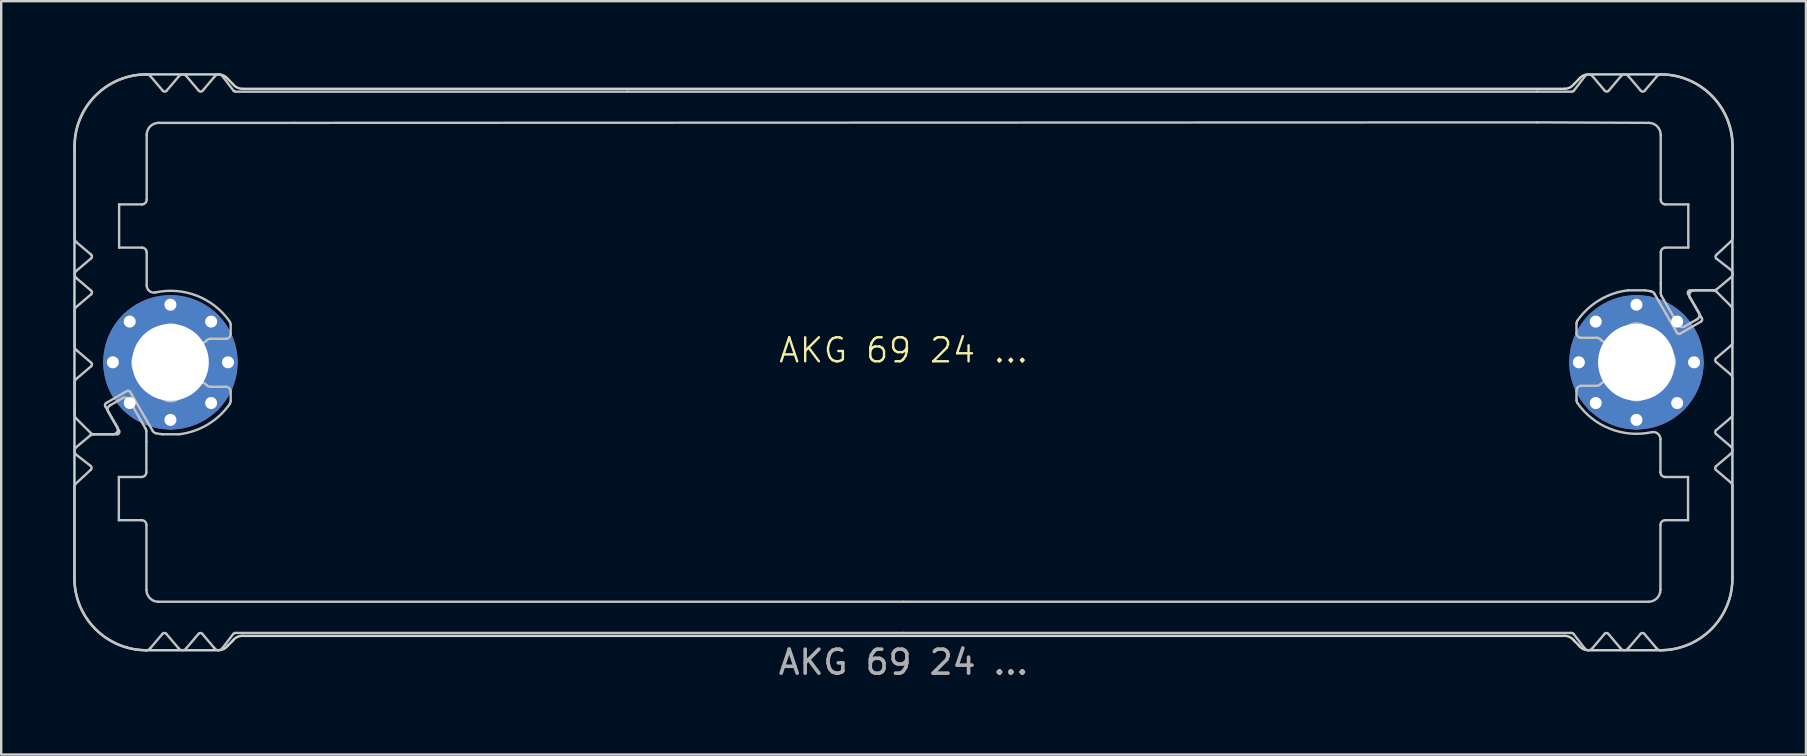
<source format=kicad_pcb>
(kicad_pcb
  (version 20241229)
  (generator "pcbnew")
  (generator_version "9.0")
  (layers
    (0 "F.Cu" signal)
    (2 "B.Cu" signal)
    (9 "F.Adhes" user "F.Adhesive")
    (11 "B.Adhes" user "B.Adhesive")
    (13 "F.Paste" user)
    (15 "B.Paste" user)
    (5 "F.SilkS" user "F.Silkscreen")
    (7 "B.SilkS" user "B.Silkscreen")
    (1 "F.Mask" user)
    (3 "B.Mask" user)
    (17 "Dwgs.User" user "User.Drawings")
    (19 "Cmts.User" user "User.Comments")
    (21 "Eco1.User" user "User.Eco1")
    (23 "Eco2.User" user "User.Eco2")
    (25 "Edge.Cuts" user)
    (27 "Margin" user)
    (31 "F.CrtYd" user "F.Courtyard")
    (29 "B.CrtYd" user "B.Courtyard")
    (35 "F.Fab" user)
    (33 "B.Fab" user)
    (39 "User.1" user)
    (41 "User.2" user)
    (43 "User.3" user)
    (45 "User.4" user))
  (footprint "AKG 69 24 ..."
    (layer "F.Cu")
    (at 34.603 12.05)
    (property "Reference" "AKG 69 24 ..." (at 0 -0.5 0) (unlocked yes) (layer "F.SilkS") (effects (font (size 1 1) (thickness 0.1))))
    (attr exclude_from_pos_files dnp)
    (fp_rect (start -27.096 -11.3) (end 26.604 -10) (stroke (width 0.1) (type solid)) (fill yes) (layer "B.Mask"))
    (fp_rect (start -26.596 10) (end 25.604 11.3) (stroke (width 0.1) (type solid)) (fill yes) (layer "B.Mask"))
    (fp_poly (pts (xy -27.896 -11.3) (xy -26.996 -11.3) (xy -26.996 -10) (xy -31.496 -10) (xy -31.496 -12) (xy -30.796 -11.2) (xy -30.046 -12) (xy -29.296 -11.2) (xy -28.546 -12)) (stroke (width 0.1) (type solid)) (fill yes) (layer "B.Mask"))
    (fp_poly (pts (xy -27.896 11.3) (xy -26.496 11.3) (xy -26.496 10) (xy -31.496 10) (xy -31.496 12) (xy -30.796 11.2) (xy -30.046 12) (xy -29.296 11.2) (xy -28.546 12)) (stroke (width 0.1) (type solid)) (fill yes) (layer "B.Mask"))
    (fp_poly (pts (xy 27.904 -11.3) (xy 26.504 -11.3) (xy 26.504 -10) (xy 31.504 -10) (xy 31.504 -12) (xy 30.804 -11.2) (xy 30.054 -12) (xy 29.304 -11.2) (xy 28.554 -12)) (stroke (width 0.1) (type solid)) (fill yes) (layer "B.Mask"))
    (fp_poly (pts (xy 27.904 11.3) (xy 25.504 11.3) (xy 25.504 10) (xy 31.504 10) (xy 31.504 12) (xy 30.804 11.2) (xy 30.054 12) (xy 29.304 11.2) (xy 28.554 12)) (stroke (width 0.1) (type solid)) (fill yes) (layer "B.Mask"))
    (fp_poly (pts (xy -31.596 -6.7) (xy -32.696 -6.7) (xy -32.696 -4.7) (xy -31.596 -4.7) (xy -31.596 0.1) (xy -33.696 0.1) (xy -34.496 -0.6) (xy -34.496 -2.2) (xy -33.596 -2.9) (xy -34.496 -3.7) (xy -33.696 -4.4) (xy -34.496 -5.1) (xy -34.496 -12) (xy -31.596 -12)) (stroke (width 0.1) (type solid)) (fill yes) (layer "B.Mask"))
    (fp_poly (pts (xy -31.596 6.7) (xy -32.696 6.7) (xy -32.696 4.7) (xy -31.596 4.7) (xy -31.596 0.1) (xy -33.696 0.1) (xy -34.496 0.8) (xy -34.496 2.2) (xy -33.696 3) (xy -34.496 3.7) (xy -33.696 4.4) (xy -34.496 5.1) (xy -34.496 12) (xy -31.596 12)) (stroke (width 0.1) (type solid)) (fill yes) (layer "B.Mask"))
    (fp_poly (pts (xy 31.604 -6.7) (xy 32.704 -6.7) (xy 32.704 -4.7) (xy 31.604 -4.7) (xy 31.604 -0.1) (xy 33.704 -0.1) (xy 34.504 -0.8) (xy 34.504 -2.2) (xy 33.704 -3) (xy 34.504 -3.7) (xy 33.704 -4.4) (xy 34.504 -5.1) (xy 34.504 -12) (xy 31.604 -12)) (stroke (width 0.1) (type solid)) (fill yes) (layer "B.Mask"))
    (fp_poly (pts (xy 31.604 6.7) (xy 32.704 6.7) (xy 32.704 4.7) (xy 31.604 4.7) (xy 31.604 -0.1) (xy 33.704 -0.1) (xy 34.504 0.6) (xy 34.504 2.2) (xy 33.604 2.9) (xy 34.504 3.7) (xy 33.704 4.4) (xy 34.504 5.1) (xy 34.504 12) (xy 31.604 12)) (stroke (width 0.1) (type solid)) (fill yes) (layer "B.Mask"))
    (fp_line (start -34.552 9) (end -34.552 5.214) (stroke (width 0.1) (type solid)) (layer "Dwgs.User"))
    (fp_line (start -34.539 -0.66) (end -34.539 -2.16) (stroke (width 0.1) (type solid)) (layer "Dwgs.User"))
    (fp_line (start -34.539 2.197) (end -34.539 0.84) (stroke (width 0.1) (type solid)) (layer "Dwgs.User"))
    (fp_line (start -34.539 -5.171) (end -34.539 -9) (stroke (width 0.1) (type solid)) (layer "Dwgs.User"))
    (fp_line (start -34.489 5.053) (end -33.865 4.473) (stroke (width 0.1) (type solid)) (layer "Dwgs.User"))
    (fp_line (start -34.483 3.543) (end -33.889 3.046) (stroke (width 0.1) (type solid)) (layer "Dwgs.User"))
    (fp_line (start -34.469 -3.812) (end -33.855 -4.334) (stroke (width 0.1) (type solid)) (layer "Dwgs.User"))
    (fp_line (start -34.469 -2.312) (end -33.855 -2.834) (stroke (width 0.1) (type solid)) (layer "Dwgs.User"))
    (fp_line (start -34.469 0.688) (end -33.855 0.166) (stroke (width 0.1) (type solid)) (layer "Dwgs.User"))
    (fp_line (start -33.878 2.941) (end -34.481 2.339) (stroke (width 0.1) (type solid)) (layer "Dwgs.User"))
    (fp_line (start -33.872 4.321) (end -34.475 3.853) (stroke (width 0.1) (type solid)) (layer "Dwgs.User"))
    (fp_line (start -33.855 -4.486) (end -34.469 -5.008) (stroke (width 0.1) (type solid)) (layer "Dwgs.User"))
    (fp_line (start -33.855 -2.986) (end -34.469 -3.508) (stroke (width 0.1) (type solid)) (layer "Dwgs.User"))
    (fp_line (start -33.855 0.014) (end -34.469 -0.508) (stroke (width 0.1) (type solid)) (layer "Dwgs.User"))
    (fp_line (start -33.76 3) (end -32.777 3) (stroke (width 0.1) (type solid)) (layer "Dwgs.User"))
    (fp_line (start -33.266 1.834) (end -32.766 2.7) (stroke (width 0.1) (type solid)) (layer "Dwgs.User"))
    (fp_line (start -33.068 1.795) (end -32.733 1.602) (stroke (width 0.1) (type solid)) (layer "Dwgs.User"))
    (fp_line (start -32.939 3) (end -33.736 3) (stroke (width 0.1) (type solid)) (layer "Dwgs.User"))
    (fp_line (start -32.733 1.602) (end -32.549 1.495) (stroke (width 0.1) (type solid)) (layer "Dwgs.User"))
    (fp_line (start -32.7 4.78) (end -32.7 6.58) (stroke (width 0.1) (type solid)) (layer "Dwgs.User"))
    (fp_line (start -32.7 6.58) (end -31.75 6.58) (stroke (width 0.1) (type solid)) (layer "Dwgs.User"))
    (fp_line (start -32.69 2.85) (end -33.142 2.068) (stroke (width 0.1) (type solid)) (layer "Dwgs.User"))
    (fp_line (start -32.689 -6.58) (end -32.689 -4.78) (stroke (width 0.1) (type solid)) (layer "Dwgs.User"))
    (fp_line (start -32.689 -4.78) (end -31.739 -4.78) (stroke (width 0.1) (type solid)) (layer "Dwgs.User"))
    (fp_line (start -32.363 1.197) (end -33.229 1.697) (stroke (width 0.1) (type solid)) (layer "Dwgs.User"))
    (fp_line (start -32.275 1.568) (end -31.58 2.773) (stroke (width 0.1) (type solid)) (layer "Dwgs.User"))
    (fp_line (start -31.753 4.78) (end -32.7 4.78) (stroke (width 0.1) (type solid)) (layer "Dwgs.User"))
    (fp_line (start -31.739 -6.58) (end -32.689 -6.58) (stroke (width 0.1) (type solid)) (layer "Dwgs.User"))
    (fp_line (start -31.553 2.873) (end -31.553 3.3) (stroke (width 0.1) (type solid)) (layer "Dwgs.User"))
    (fp_line (start -31.553 3.305) (end -31.553 4.58) (stroke (width 0.1) (type solid)) (layer "Dwgs.User"))
    (fp_line (start -31.552 12) (end -31.552 12) (stroke (width 0.1) (type solid)) (layer "Dwgs.User"))
    (fp_line (start -31.551 12) (end -31.552 12) (stroke (width 0.1) (type solid)) (layer "Dwgs.User"))
    (fp_line (start -31.55 6.78) (end -31.55 9.48) (stroke (width 0.1) (type solid)) (layer "Dwgs.User"))
    (fp_line (start -31.539 -9.48) (end -31.539 -6.78) (stroke (width 0.1) (type solid)) (layer "Dwgs.User"))
    (fp_line (start -31.539 -4.58) (end -31.539 -3.205) (stroke (width 0.1) (type solid)) (layer "Dwgs.User"))
    (fp_line (start -31.386 -11.929) (end -30.865 -11.315) (stroke (width 0.1) (type solid)) (layer "Dwgs.User"))
    (fp_line (start -31.288 2.86) (end -32.227 1.234) (stroke (width 0.1) (type solid)) (layer "Dwgs.User"))
    (fp_line (start -31.05 9.98) (end 0 9.98) (stroke (width 0.1) (type solid)) (layer "Dwgs.User"))
    (fp_line (start -30.879 11.315) (end -31.399 11.929) (stroke (width 0.1) (type solid)) (layer "Dwgs.User"))
    (fp_line (start -30.713 -11.315) (end -30.192 -11.929) (stroke (width 0.1) (type solid)) (layer "Dwgs.User"))
    (fp_line (start -30.214 11.914) (end -30.724 11.315) (stroke (width 0.1) (type solid)) (layer "Dwgs.User"))
    (fp_line (start -30.193 3) (end -30.885 3) (stroke (width 0.1) (type solid)) (layer "Dwgs.User"))
    (fp_line (start -29.887 -11.929) (end -29.365 -11.315) (stroke (width 0.1) (type solid)) (layer "Dwgs.User"))
    (fp_line (start -29.376 11.315) (end -29.898 11.929) (stroke (width 0.1) (type solid)) (layer "Dwgs.User"))
    (fp_line (start -29.213 -11.315) (end -28.692 -11.929) (stroke (width 0.1) (type solid)) (layer "Dwgs.User"))
    (fp_line (start -28.888 1.02) (end -28.239 1.02) (stroke (width 0.1) (type solid)) (layer "Dwgs.User"))
    (fp_line (start -28.703 11.929) (end -29.224 11.315) (stroke (width 0.1) (type solid)) (layer "Dwgs.User"))
    (fp_line (start -28.38 -11.922) (end -27.919 -11.319) (stroke (width 0.1) (type solid)) (layer "Dwgs.User"))
    (fp_line (start -28.239 -0.98) (end -28.888 -0.98) (stroke (width 0.1) (type solid)) (layer "Dwgs.User"))
    (fp_line (start -28.039 -1.577) (end -28.039 -1.18) (stroke (width 0.1) (type solid)) (layer "Dwgs.User"))
    (fp_line (start -28.039 1.22) (end -28.039 1.617) (stroke (width 0.1) (type solid)) (layer "Dwgs.User"))
    (fp_line (start -27.929 11.319) (end -28.391 11.922) (stroke (width 0.1) (type solid)) (layer "Dwgs.User"))
    (fp_line (start -27.839 -11.28) (end -11.5 -11.28) (stroke (width 0.1) (type solid)) (layer "Dwgs.User"))
    (fp_line (start -25.4 -9.98) (end -31.039 -9.98) (stroke (width 0.1) (type solid)) (layer "Dwgs.User"))
    (fp_line (start -11.5 -11.28) (end 26.4 -11.28) (stroke (width 0.1) (type solid)) (layer "Dwgs.User"))
    (fp_line (start 0 9.98) (end 31.05 9.98) (stroke (width 0.1) (type solid)) (layer "Dwgs.User"))
    (fp_line (start 0 11.28) (end -27.85 11.28) (stroke (width 0.1) (type solid)) (layer "Dwgs.User"))
    (fp_line (start 0 11.28) (end 27.85 11.28) (stroke (width 0.1) (type solid)) (layer "Dwgs.User"))
    (fp_line (start 26.4 -11.28) (end 27.859 -11.28) (stroke (width 0.1) (type solid)) (layer "Dwgs.User"))
    (fp_line (start 26.4 -10) (end -25.4 -9.98) (stroke (width 0.1) (type solid)) (layer "Dwgs.User"))
    (fp_line (start 27.94 -11.319) (end 28.402 -11.922) (stroke (width 0.1) (type solid)) (layer "Dwgs.User"))
    (fp_line (start 28.05 -1.22) (end 28.05 -1.617) (stroke (width 0.1) (type solid)) (layer "Dwgs.User"))
    (fp_line (start 28.05 1.577) (end 28.05 1.18) (stroke (width 0.1) (type solid)) (layer "Dwgs.User"))
    (fp_line (start 28.25 0.98) (end 28.899 0.98) (stroke (width 0.1) (type solid)) (layer "Dwgs.User"))
    (fp_line (start 28.391 11.922) (end 27.929 11.319) (stroke (width 0.1) (type solid)) (layer "Dwgs.User"))
    (fp_line (start 28.713 -11.929) (end 29.235 -11.315) (stroke (width 0.1) (type solid)) (layer "Dwgs.User"))
    (fp_line (start 28.899 -1.02) (end 28.25 -1.02) (stroke (width 0.1) (type solid)) (layer "Dwgs.User"))
    (fp_line (start 29.224 11.315) (end 28.702 11.929) (stroke (width 0.1) (type solid)) (layer "Dwgs.User"))
    (fp_line (start 29.387 -11.315) (end 29.908 -11.929) (stroke (width 0.1) (type solid)) (layer "Dwgs.User"))
    (fp_line (start 29.897 11.929) (end 29.376 11.315) (stroke (width 0.1) (type solid)) (layer "Dwgs.User"))
    (fp_line (start 30.204 -3) (end 30.896 -3) (stroke (width 0.1) (type solid)) (layer "Dwgs.User"))
    (fp_line (start 30.225 -11.914) (end 30.735 -11.315) (stroke (width 0.1) (type solid)) (layer "Dwgs.User"))
    (fp_line (start 30.724 11.315) (end 30.202 11.929) (stroke (width 0.1) (type solid)) (layer "Dwgs.User"))
    (fp_line (start 30.89 -11.315) (end 31.41 -11.929) (stroke (width 0.1) (type solid)) (layer "Dwgs.User"))
    (fp_line (start 31.061 -9.98) (end 26.4 -10) (stroke (width 0.1) (type solid)) (layer "Dwgs.User"))
    (fp_line (start 31.299 -2.86) (end 32.238 -1.234) (stroke (width 0.1) (type solid)) (layer "Dwgs.User"))
    (fp_line (start 31.396 11.929) (end 30.876 11.315) (stroke (width 0.1) (type solid)) (layer "Dwgs.User"))
    (fp_line (start 31.55 4.58) (end 31.55 3.205) (stroke (width 0.1) (type solid)) (layer "Dwgs.User"))
    (fp_line (start 31.55 9.48) (end 31.55 6.78) (stroke (width 0.1) (type solid)) (layer "Dwgs.User"))
    (fp_line (start 31.561 -6.78) (end 31.561 -9.48) (stroke (width 0.1) (type solid)) (layer "Dwgs.User"))
    (fp_line (start 31.562 -12) (end 31.562 -12) (stroke (width 0.1) (type solid)) (layer "Dwgs.User"))
    (fp_line (start 31.562 -12) (end 31.563 -12) (stroke (width 0.1) (type solid)) (layer "Dwgs.User"))
    (fp_line (start 31.564 -3.305) (end 31.564 -4.58) (stroke (width 0.1) (type solid)) (layer "Dwgs.User"))
    (fp_line (start 31.564 -2.873) (end 31.564 -3.3) (stroke (width 0.1) (type solid)) (layer "Dwgs.User"))
    (fp_line (start 31.75 6.58) (end 32.7 6.58) (stroke (width 0.1) (type solid)) (layer "Dwgs.User"))
    (fp_line (start 31.764 -4.78) (end 32.711 -4.78) (stroke (width 0.1) (type solid)) (layer "Dwgs.User"))
    (fp_line (start 32.286 -1.568) (end 31.591 -2.773) (stroke (width 0.1) (type solid)) (layer "Dwgs.User"))
    (fp_line (start 32.374 -1.197) (end 33.24 -1.697) (stroke (width 0.1) (type solid)) (layer "Dwgs.User"))
    (fp_line (start 32.7 4.78) (end 31.75 4.78) (stroke (width 0.1) (type solid)) (layer "Dwgs.User"))
    (fp_line (start 32.7 6.58) (end 32.7 4.78) (stroke (width 0.1) (type solid)) (layer "Dwgs.User"))
    (fp_line (start 32.701 -2.85) (end 33.152 -2.068) (stroke (width 0.1) (type solid)) (layer "Dwgs.User"))
    (fp_line (start 32.711 -6.58) (end 31.761 -6.58) (stroke (width 0.1) (type solid)) (layer "Dwgs.User"))
    (fp_line (start 32.711 -4.78) (end 32.711 -6.58) (stroke (width 0.1) (type solid)) (layer "Dwgs.User"))
    (fp_line (start 32.744 -1.602) (end 32.559 -1.495) (stroke (width 0.1) (type solid)) (layer "Dwgs.User"))
    (fp_line (start 32.95 -3) (end 33.747 -3) (stroke (width 0.1) (type solid)) (layer "Dwgs.User"))
    (fp_line (start 33.079 -1.795) (end 32.744 -1.602) (stroke (width 0.1) (type solid)) (layer "Dwgs.User"))
    (fp_line (start 33.277 -1.834) (end 32.777 -2.7) (stroke (width 0.1) (type solid)) (layer "Dwgs.User"))
    (fp_line (start 33.771 -3) (end 32.788 -3) (stroke (width 0.1) (type solid)) (layer "Dwgs.User"))
    (fp_line (start 33.865 -0.014) (end 34.479 0.508) (stroke (width 0.1) (type solid)) (layer "Dwgs.User"))
    (fp_line (start 33.865 2.986) (end 34.479 3.508) (stroke (width 0.1) (type solid)) (layer "Dwgs.User"))
    (fp_line (start 33.865 4.486) (end 34.479 5.008) (stroke (width 0.1) (type solid)) (layer "Dwgs.User"))
    (fp_line (start 33.883 -4.321) (end 34.486 -3.853) (stroke (width 0.1) (type solid)) (layer "Dwgs.User"))
    (fp_line (start 33.889 -2.941) (end 34.491 -2.339) (stroke (width 0.1) (type solid)) (layer "Dwgs.User"))
    (fp_line (start 34.479 -0.688) (end 33.865 -0.166) (stroke (width 0.1) (type solid)) (layer "Dwgs.User"))
    (fp_line (start 34.479 2.312) (end 33.865 2.834) (stroke (width 0.1) (type solid)) (layer "Dwgs.User"))
    (fp_line (start 34.479 3.812) (end 33.865 4.334) (stroke (width 0.1) (type solid)) (layer "Dwgs.User"))
    (fp_line (start 34.493 -3.543) (end 33.899 -3.047) (stroke (width 0.1) (type solid)) (layer "Dwgs.User"))
    (fp_line (start 34.5 -5.053) (end 33.876 -4.473) (stroke (width 0.1) (type solid)) (layer "Dwgs.User"))
    (fp_line (start 34.55 5.171) (end 34.549 9) (stroke (width 0.1) (type solid)) (layer "Dwgs.User"))
    (fp_line (start 34.55 -2.197) (end 34.55 -0.84) (stroke (width 0.1) (type solid)) (layer "Dwgs.User"))
    (fp_line (start 34.55 0.66) (end 34.55 2.16) (stroke (width 0.1) (type solid)) (layer "Dwgs.User"))
    (fp_line (start 34.563 -9) (end 34.563 -5.215) (stroke (width 0.1) (type solid)) (layer "Dwgs.User"))
    (fp_arc (start -34.552431 5.214496) (mid -34.53921 5.126511) (end -34.489103 5.05299) (stroke (width 0.1) (type solid)) (layer "Dwgs.User"))
    (fp_arc (start -34.53919 -2.16003) (mid -34.520691 -2.24403) (end -34.468628 -2.312496) (stroke (width 0.1) (type solid)) (layer "Dwgs.User"))
    (fp_arc (start -34.53919 0.83997) (mid -34.520691 0.75597) (end -34.468628 0.687504) (stroke (width 0.1) (type solid)) (layer "Dwgs.User"))
    (fp_arc (start -34.538629 -9.00003) (mid -33.659776 -11.121528) (end -31.538132 -12.00003) (stroke (width 0.1) (type solid)) (layer "Dwgs.User"))
    (fp_arc (start -34.480611 2.338548) (mid -34.523952 2.273658) (end -34.53919 2.197127) (stroke (width 0.1) (type solid)) (layer "Dwgs.User"))
    (fp_arc (start -34.475499 3.853059) (mid -34.552937 3.699538) (end -34.482592 3.542641) (stroke (width 0.1) (type solid)) (layer "Dwgs.User"))
    (fp_arc (start -34.468628 -5.007564) (mid -34.523021 -5.081251) (end -34.538863 -5.171459) (stroke (width 0.1) (type solid)) (layer "Dwgs.User"))
    (fp_arc (start -34.468628 -3.507564) (mid -34.539188 -3.66003) (end -34.468628 -3.812496) (stroke (width 0.1) (type solid)) (layer "Dwgs.User"))
    (fp_arc (start -34.468628 -0.507564) (mid -34.520694 -0.576029) (end -34.53919 -0.66003) (stroke (width 0.1) (type solid)) (layer "Dwgs.User"))
    (fp_arc (start -33.888668 3.046481) (mid -33.828648 3.011946) (end -33.760445 2.99997) (stroke (width 0.1) (type solid)) (layer "Dwgs.User"))
    (fp_arc (start -33.871739 4.320925) (mid -33.833088 4.395508) (end -33.864937 4.473239) (stroke (width 0.1) (type solid)) (layer "Dwgs.User"))
    (fp_arc (start -33.854583 -4.486263) (mid -33.819295 -4.41003) (end -33.854583 -4.333797) (stroke (width 0.1) (type solid)) (layer "Dwgs.User"))
    (fp_arc (start -33.854583 -2.986263) (mid -33.819295 -2.91003) (end -33.854583 -2.833797) (stroke (width 0.1) (type solid)) (layer "Dwgs.User"))
    (fp_arc (start -33.854583 0.013737) (mid -33.819295 0.08997) (end -33.854583 0.166203) (stroke (width 0.1) (type solid)) (layer "Dwgs.User"))
    (fp_arc (start -33.736347 2.99997) (mid -33.812877 2.984729) (end -33.877769 2.941391) (stroke (width 0.1) (type solid)) (layer "Dwgs.User"))
    (fp_arc (start -33.265985 1.833944) (mid -33.275952 1.758068) (end -33.229382 1.697342) (stroke (width 0.1) (type solid)) (layer "Dwgs.User"))
    (fp_arc (start -33.141514 2.068343) (mid -33.161468 1.916586) (end -33.068309 1.795138) (stroke (width 0.1) (type solid)) (layer "Dwgs.User"))
    (fp_arc (start -32.765985 2.69997) (mid -32.765978 2.899974) (end -32.93919 2.99997) (stroke (width 0.1) (type solid)) (layer "Dwgs.User"))
    (fp_arc (start -32.690241 2.84997) (mid -32.690233 2.949974) (end -32.776844 2.99997) (stroke (width 0.1) (type solid)) (layer "Dwgs.User"))
    (fp_arc (start -32.548694 1.495138) (mid -32.396932 1.475166) (end -32.275489 1.568343) (stroke (width 0.1) (type solid)) (layer "Dwgs.User"))
    (fp_arc (start -32.363357 1.197342) (mid -32.287484 1.187387) (end -32.226754 1.233944) (stroke (width 0.1) (type solid)) (layer "Dwgs.User"))
    (fp_arc (start -31.750049 6.57997) (mid -31.608651 6.638572) (end -31.550049 6.77997) (stroke (width 0.1) (type solid)) (layer "Dwgs.User"))
    (fp_arc (start -31.73919 -4.78003) (mid -31.597772 -4.721448) (end -31.53919 -4.58003) (stroke (width 0.1) (type solid)) (layer "Dwgs.User"))
    (fp_arc (start -31.70419 -0.556897) (mid -31.458426 -0.899266) (end -31.116057 -1.14503) (stroke (width 0.1) (type solid)) (layer "Dwgs.User"))
    (fp_arc (start -31.70419 0.596836) (mid -32.13919 0.019969) (end -31.70419 -0.556897) (stroke (width 0.1) (type solid)) (layer "Dwgs.User"))
    (fp_arc (start -31.579787 2.773333) (mid -31.559797 2.821567) (end -31.552992 2.873333) (stroke (width 0.1) (type solid)) (layer "Dwgs.User"))
    (fp_arc (start -31.552992 4.57997) (mid -31.611565 4.721397) (end -31.752992 4.77997) (stroke (width 0.1) (type solid)) (layer "Dwgs.User"))
    (fp_arc (start -31.551935 11.99997) (mid -33.673559 11.121448) (end -34.552431 8.99997) (stroke (width 0.1) (type solid)) (layer "Dwgs.User"))
    (fp_arc (start -31.53919 -9.48003) (mid -31.392738 -9.833578) (end -31.03919 -9.98003) (stroke (width 0.1) (type solid)) (layer "Dwgs.User"))
    (fp_arc (start -31.53919 -6.78003) (mid -31.597762 -6.638602) (end -31.73919 -6.58003) (stroke (width 0.1) (type solid)) (layer "Dwgs.User"))
    (fp_arc (start -31.538132 -12.00003) (mid -31.454059 -11.98147) (end -31.385563 -11.929306) (stroke (width 0.1) (type solid)) (layer "Dwgs.User"))
    (fp_arc (start -31.399192 11.929246) (mid -31.467408 11.9813) (end -31.551161 11.999969) (stroke (width 0.1) (type solid)) (layer "Dwgs.User"))
    (fp_arc (start -31.175554 -2.911761) (mid -31.427487 -2.97138) (end -31.53919 -3.204934) (stroke (width 0.1) (type solid)) (layer "Dwgs.User"))
    (fp_arc (start -31.175554 -2.911761) (mid -29.440142 -2.771458) (end -28.074904 -1.690965) (stroke (width 0.1) (type solid)) (layer "Dwgs.User"))
    (fp_arc (start -31.155732 2.955932) (mid -31.231984 2.922143) (end -31.287834 2.860201) (stroke (width 0.1) (type solid)) (layer "Dwgs.User"))
    (fp_arc (start -31.116057 -1.14503) (mid -30.53919 -1.58003) (end -29.962323 -1.14503) (stroke (width 0.1) (type solid)) (layer "Dwgs.User"))
    (fp_arc (start -31.116057 1.18497) (mid -31.45843 0.939209) (end -31.70419 0.596836) (stroke (width 0.1) (type solid)) (layer "Dwgs.User"))
    (fp_arc (start -31.050049 9.97997) (mid -31.403577 9.833498) (end -31.550049 9.47997) (stroke (width 0.1) (type solid)) (layer "Dwgs.User"))
    (fp_arc (start -30.885022 2.99997) (mid -31.020881 2.981048) (end -31.155732 2.955932) (stroke (width 0.1) (type solid)) (layer "Dwgs.User"))
    (fp_arc (start -30.879121 11.315332) (mid -30.801541 11.278264) (end -30.723885 11.315171) (stroke (width 0.1) (type solid)) (layer "Dwgs.User"))
    (fp_arc (start -30.712951 -11.315318) (mid -30.789181 -11.280019) (end -30.865417 -11.315305) (stroke (width 0.1) (type solid)) (layer "Dwgs.User"))
    (fp_arc (start -30.191667 -11.929455) (mid -30.03919 -12.000029) (end -29.886712 -11.929455) (stroke (width 0.1) (type solid)) (layer "Dwgs.User"))
    (fp_arc (start -29.962323 -1.14503) (mid -29.780199 -1.035459) (end -29.618362 -0.897677) (stroke (width 0.1) (type solid)) (layer "Dwgs.User"))
    (fp_arc (start -29.962323 1.18497) (mid -30.53919 1.61997) (end -31.116057 1.18497) (stroke (width 0.1) (type solid)) (layer "Dwgs.User"))
    (fp_arc (start -29.897571 11.929394) (mid -30.059557 11.999707) (end -30.214131 11.914325) (stroke (width 0.1) (type solid)) (layer "Dwgs.User"))
    (fp_arc (start -29.618362 0.937617) (mid -29.780203 1.075392) (end -29.962323 1.18497) (stroke (width 0.1) (type solid)) (layer "Dwgs.User"))
    (fp_arc (start -29.618362 0.937617) (mid -29.324243 0.820096) (end -29.036888 0.953303) (stroke (width 0.1) (type solid)) (layer "Dwgs.User"))
    (fp_arc (start -29.376288 11.315258) (mid -29.300049 11.27997) (end -29.22381 11.315258) (stroke (width 0.1) (type solid)) (layer "Dwgs.User"))
    (fp_arc (start -29.212951 -11.315318) (mid -29.28919 -11.28003) (end -29.365429 -11.315318) (stroke (width 0.1) (type solid)) (layer "Dwgs.User"))
    (fp_arc (start -29.036888 -0.913364) (mid -29.324244 -0.780195) (end -29.618362 -0.897677) (stroke (width 0.1) (type solid)) (layer "Dwgs.User"))
    (fp_arc (start -29.036888 -0.913364) (mid -28.969468 -0.962607) (end -28.887817 -0.98003) (stroke (width 0.1) (type solid)) (layer "Dwgs.User"))
    (fp_arc (start -28.887817 1.01997) (mid -28.969464 1.002537) (end -29.036888 0.953303) (stroke (width 0.1) (type solid)) (layer "Dwgs.User"))
    (fp_arc (start -28.691667 -11.929455) (mid -28.534216 -11.999958) (end -28.380466 -11.921713) (stroke (width 0.1) (type solid)) (layer "Dwgs.User"))
    (fp_arc (start -28.391325 11.921653) (mid -28.545076 11.999873) (end -28.702527 11.929394) (stroke (width 0.1) (type solid)) (layer "Dwgs.User"))
    (fp_arc (start -28.23919 1.01997) (mid -28.097772 1.078552) (end -28.03919 1.21997) (stroke (width 0.1) (type solid)) (layer "Dwgs.User"))
    (fp_arc (start -28.074904 -1.690965) (mid -28.048333 -1.636662) (end -28.03919 -1.576902) (stroke (width 0.1) (type solid)) (layer "Dwgs.User"))
    (fp_arc (start -28.074904 1.730904) (mid -28.997492 2.593529) (end -30.193358 2.99997) (stroke (width 0.1) (type solid)) (layer "Dwgs.User"))
    (fp_arc (start -28.03919 -1.18003) (mid -28.097762 -1.038602) (end -28.23919 -0.98003) (stroke (width 0.1) (type solid)) (layer "Dwgs.User"))
    (fp_arc (start -28.03919 1.616842) (mid -28.048317 1.676607) (end -28.074904 1.730904) (stroke (width 0.1) (type solid)) (layer "Dwgs.User"))
    (fp_arc (start -27.929411 11.319129) (mid -27.894304 11.290279) (end -27.850049 11.27997) (stroke (width 0.1) (type solid)) (layer "Dwgs.User"))
    (fp_arc (start -27.83919 -11.28003) (mid -27.88344 -11.29035) (end -27.918552 -11.319189) (stroke (width 0.1) (type solid)) (layer "Dwgs.User"))
    (fp_arc (start 27.849951 11.27997) (mid 27.894205 11.290294) (end 27.929313 11.319129) (stroke (width 0.1) (type solid)) (layer "Dwgs.User"))
    (fp_arc (start 27.940172 -11.319189) (mid 27.905062 -11.290341) (end 27.86081 -11.28003) (stroke (width 0.1) (type solid)) (layer "Dwgs.User"))
    (fp_arc (start 28.049951 -1.616902) (mid 28.059091 -1.676662) (end 28.085665 -1.730964) (stroke (width 0.1) (type solid)) (layer "Dwgs.User"))
    (fp_arc (start 28.049951 1.17997) (mid 28.108508 1.038521) (end 28.249951 0.97997) (stroke (width 0.1) (type solid)) (layer "Dwgs.User"))
    (fp_arc (start 28.085665 -1.730964) (mid 29.00825 -2.593594) (end 30.204119 -3.00003) (stroke (width 0.1) (type solid)) (layer "Dwgs.User"))
    (fp_arc (start 28.085665 1.690905) (mid 28.059083 1.636604) (end 28.049951 1.576842) (stroke (width 0.1) (type solid)) (layer "Dwgs.User"))
    (fp_arc (start 28.249951 -1.02003) (mid 28.108537 -1.078622) (end 28.049951 -1.22003) (stroke (width 0.1) (type solid)) (layer "Dwgs.User"))
    (fp_arc (start 28.402086 -11.921713) (mid 28.555833 -11.999949) (end 28.713288 -11.929455) (stroke (width 0.1) (type solid)) (layer "Dwgs.User"))
    (fp_arc (start 28.702429 11.929394) (mid 28.544997 11.999846) (end 28.391227 11.921653) (stroke (width 0.1) (type solid)) (layer "Dwgs.User"))
    (fp_arc (start 28.898578 -1.02003) (mid 28.980228 -1.002607) (end 29.047649 -0.953363) (stroke (width 0.1) (type solid)) (layer "Dwgs.User"))
    (fp_arc (start 29.047649 0.913304) (mid 28.980221 0.96252) (end 28.898578 0.97997) (stroke (width 0.1) (type solid)) (layer "Dwgs.User"))
    (fp_arc (start 29.047649 0.913304) (mid 29.335007 0.78012) (end 29.629123 0.897617) (stroke (width 0.1) (type solid)) (layer "Dwgs.User"))
    (fp_arc (start 29.223712 11.315258) (mid 29.299951 11.27997) (end 29.37619 11.315258) (stroke (width 0.1) (type solid)) (layer "Dwgs.User"))
    (fp_arc (start 29.387049 -11.315318) (mid 29.31081 -11.28003) (end 29.234571 -11.315318) (stroke (width 0.1) (type solid)) (layer "Dwgs.User"))
    (fp_arc (start 29.629123 -0.937677) (mid 29.335008 -0.820173) (end 29.047649 -0.953363) (stroke (width 0.1) (type solid)) (layer "Dwgs.User"))
    (fp_arc (start 29.629123 -0.937677) (mid 29.790962 -1.075457) (end 29.973084 -1.18503) (stroke (width 0.1) (type solid)) (layer "Dwgs.User"))
    (fp_arc (start 29.908333 -11.929455) (mid 30.070316 -11.999785) (end 30.224892 -11.914385) (stroke (width 0.1) (type solid)) (layer "Dwgs.User"))
    (fp_arc (start 29.973084 -1.18503) (mid 30.549951 -1.62003) (end 31.126818 -1.18503) (stroke (width 0.1) (type solid)) (layer "Dwgs.User"))
    (fp_arc (start 29.973084 1.14497) (mid 29.790965 1.035392) (end 29.629123 0.897617) (stroke (width 0.1) (type solid)) (layer "Dwgs.User"))
    (fp_arc (start 30.202429 11.929394) (mid 30.049951 11.99997) (end 29.897473 11.929394) (stroke (width 0.1) (type solid)) (layer "Dwgs.User"))
    (fp_arc (start 30.723712 11.315258) (mid 30.799959 11.279908) (end 30.876178 11.315245) (stroke (width 0.1) (type solid)) (layer "Dwgs.User"))
    (fp_arc (start 30.889882 -11.315392) (mid 30.812303 -11.278341) (end 30.734646 -11.315231) (stroke (width 0.1) (type solid)) (layer "Dwgs.User"))
    (fp_arc (start 30.895783 -3.00003) (mid 31.031642 -2.981106) (end 31.166493 -2.955992) (stroke (width 0.1) (type solid)) (layer "Dwgs.User"))
    (fp_arc (start 31.06081 -9.98003) (mid 31.414368 -9.833582) (end 31.56081 -9.48003) (stroke (width 0.1) (type solid)) (layer "Dwgs.User"))
    (fp_arc (start 31.126818 -1.18503) (mid 31.469179 -0.939258) (end 31.714951 -0.596896) (stroke (width 0.1) (type solid)) (layer "Dwgs.User"))
    (fp_arc (start 31.126818 1.14497) (mid 30.549951 1.57997) (end 29.973084 1.14497) (stroke (width 0.1) (type solid)) (layer "Dwgs.User"))
    (fp_arc (start 31.166493 -2.955992) (mid 31.24276 -2.922223) (end 31.298595 -2.860261) (stroke (width 0.1) (type solid)) (layer "Dwgs.User"))
    (fp_arc (start 31.186315 2.9117) (mid 29.450893 2.771423) (end 28.085665 1.690905) (stroke (width 0.1) (type solid)) (layer "Dwgs.User"))
    (fp_arc (start 31.186315 2.9117) (mid 31.438259 2.971301) (end 31.549951 3.204873) (stroke (width 0.1) (type solid)) (layer "Dwgs.User"))
    (fp_arc (start 31.409953 -11.929306) (mid 31.478162 -11.98138) (end 31.561922 -12.000029) (stroke (width 0.1) (type solid)) (layer "Dwgs.User"))
    (fp_arc (start 31.548893 11.99997) (mid 31.464817 11.981423) (end 31.396324 11.929246) (stroke (width 0.1) (type solid)) (layer "Dwgs.User"))
    (fp_arc (start 31.549951 6.77997) (mid 31.608508 6.638521) (end 31.749951 6.57997) (stroke (width 0.1) (type solid)) (layer "Dwgs.User"))
    (fp_arc (start 31.549951 9.47997) (mid 31.403499 9.833518) (end 31.049951 9.97997) (stroke (width 0.1) (type solid)) (layer "Dwgs.User"))
    (fp_arc (start 31.562696 -12.00003) (mid 33.684342 -11.121531) (end 34.563192 -9.00003) (stroke (width 0.1) (type solid)) (layer "Dwgs.User"))
    (fp_arc (start 31.563753 -4.58003) (mid 31.622345 -4.721413) (end 31.763753 -4.78003) (stroke (width 0.1) (type solid)) (layer "Dwgs.User"))
    (fp_arc (start 31.590548 -2.773393) (mid 31.570561 -2.821628) (end 31.563753 -2.873393) (stroke (width 0.1) (type solid)) (layer "Dwgs.User"))
    (fp_arc (start 31.714951 -0.596896) (mid 32.149993 -0.02003) (end 31.714951 0.556837) (stroke (width 0.1) (type solid)) (layer "Dwgs.User"))
    (fp_arc (start 31.714951 0.556837) (mid 31.469184 0.899202) (end 31.126818 1.14497) (stroke (width 0.1) (type solid)) (layer "Dwgs.User"))
    (fp_arc (start 31.749951 4.77997) (mid 31.608537 4.721378) (end 31.549951 4.57997) (stroke (width 0.1) (type solid)) (layer "Dwgs.User"))
    (fp_arc (start 31.76081 -6.58003) (mid 31.619393 -6.638607) (end 31.56081 -6.78003) (stroke (width 0.1) (type solid)) (layer "Dwgs.User"))
    (fp_arc (start 32.374118 -1.197402) (mid 32.298228 -1.1874) (end 32.237515 -1.234004) (stroke (width 0.1) (type solid)) (layer "Dwgs.User"))
    (fp_arc (start 32.559455 -1.495198) (mid 32.407708 -1.475259) (end 32.28625 -1.568403) (stroke (width 0.1) (type solid)) (layer "Dwgs.User"))
    (fp_arc (start 32.701002 -2.85003) (mid 32.701021 -2.950003) (end 32.787605 -3.00003) (stroke (width 0.1) (type solid)) (layer "Dwgs.User"))
    (fp_arc (start 32.776746 -2.70003) (mid 32.776772 -2.900014) (end 32.949951 -3.00003) (stroke (width 0.1) (type solid)) (layer "Dwgs.User"))
    (fp_arc (start 33.152275 -2.068403) (mid 33.172249 -1.916635) (end 33.07907 -1.795198) (stroke (width 0.1) (type solid)) (layer "Dwgs.User"))
    (fp_arc (start 33.276746 -1.834004) (mid 33.286734 -1.758118) (end 33.240143 -1.697402) (stroke (width 0.1) (type solid)) (layer "Dwgs.User"))
    (fp_arc (start 33.747108 -3.00003) (mid 33.823645 -2.984805) (end 33.88853 -2.941451) (stroke (width 0.1) (type solid)) (layer "Dwgs.User"))
    (fp_arc (start 33.865344 -0.013797) (mid 33.830099 -0.090019) (end 33.865344 -0.166263) (stroke (width 0.1) (type solid)) (layer "Dwgs.User"))
    (fp_arc (start 33.865344 2.986203) (mid 33.830099 2.909981) (end 33.865344 2.833737) (stroke (width 0.1) (type solid)) (layer "Dwgs.User"))
    (fp_arc (start 33.865344 4.486203) (mid 33.830099 4.409981) (end 33.865344 4.333737) (stroke (width 0.1) (type solid)) (layer "Dwgs.User"))
    (fp_arc (start 33.8825 -4.320985) (mid 33.843893 -4.395559) (end 33.875698 -4.473299) (stroke (width 0.1) (type solid)) (layer "Dwgs.User"))
    (fp_arc (start 33.899429 -3.046541) (mid 33.839406 -3.01201) (end 33.771206 -3.00003) (stroke (width 0.1) (type solid)) (layer "Dwgs.User"))
    (fp_arc (start 34.479389 0.507504) (mid 34.531453 0.57597) (end 34.549951 0.65997) (stroke (width 0.1) (type solid)) (layer "Dwgs.User"))
    (fp_arc (start 34.479389 3.507504) (mid 34.549991 3.659981) (end 34.479389 3.812436) (stroke (width 0.1) (type solid)) (layer "Dwgs.User"))
    (fp_arc (start 34.479389 5.007504) (mid 34.533796 5.081185) (end 34.549624 5.171399) (stroke (width 0.1) (type solid)) (layer "Dwgs.User"))
    (fp_arc (start 34.48626 -3.853119) (mid 34.563743 -3.699588) (end 34.493353 -3.542701) (stroke (width 0.1) (type solid)) (layer "Dwgs.User"))
    (fp_arc (start 34.491372 -2.338608) (mid 34.534711 -2.27372) (end 34.549951 -2.197187) (stroke (width 0.1) (type solid)) (layer "Dwgs.User"))
    (fp_arc (start 34.54939 8.99997) (mid 33.670538 11.121469) (end 31.548893 11.99997) (stroke (width 0.1) (type solid)) (layer "Dwgs.User"))
    (fp_arc (start 34.549951 -0.84003) (mid 34.531469 -0.756017) (end 34.479389 -0.687564) (stroke (width 0.1) (type solid)) (layer "Dwgs.User"))
    (fp_arc (start 34.549951 2.15997) (mid 34.531469 2.243983) (end 34.479389 2.312436) (stroke (width 0.1) (type solid)) (layer "Dwgs.User"))
    (fp_arc (start 34.563192 -5.214556) (mid 34.549916 -5.126598) (end 34.499864 -5.05305) (stroke (width 0.1) (type solid)) (layer "Dwgs.User"))
    (fp_rect (start -32.5 -6.48) (end 32.5 -4.88) (stroke (width 0.1) (type solid)) (fill no) (layer "Eco1.User"))
    (fp_rect (start -32.5 4.88) (end 32.5 6.48) (stroke (width 0.1) (type solid)) (fill no) (layer "Eco1.User"))
    (fp_line (start -34.55 -9) (end -34.55 9) (stroke (width 0.1) (type solid)) (layer "Edge.Cuts"))
    (fp_line (start -31.55 -12) (end -28.55 -12) (stroke (width 0.1) (type solid)) (layer "Edge.Cuts"))
    (fp_line (start -31.55 12) (end -28.55 12) (stroke (width 0.1) (type solid)) (layer "Edge.Cuts"))
    (fp_line (start -27.95 -11.6) (end -28.15 -11.8) (stroke (width 0.1) (type solid)) (layer "Edge.Cuts"))
    (fp_line (start -27.95 11.6) (end -28.15 11.8) (stroke (width 0.1) (type solid)) (layer "Edge.Cuts"))
    (fp_line (start -27.55 -11.4) (end 27.55 -11.4) (stroke (width 0.1) (type solid)) (layer "Edge.Cuts"))
    (fp_line (start -27.55 11.4) (end 27.55 11.4) (stroke (width 0.1) (type solid)) (layer "Edge.Cuts"))
    (fp_line (start 27.95 -11.6) (end 28.15 -11.8) (stroke (width 0.1) (type solid)) (layer "Edge.Cuts"))
    (fp_line (start 27.95 11.6) (end 28.15 11.8) (stroke (width 0.1) (type solid)) (layer "Edge.Cuts"))
    (fp_line (start 31.55 -12) (end 28.55 -12) (stroke (width 0.1) (type solid)) (layer "Edge.Cuts"))
    (fp_line (start 31.55 12) (end 28.55 12) (stroke (width 0.1) (type solid)) (layer "Edge.Cuts"))
    (fp_line (start 34.55 -9) (end 34.55 9) (stroke (width 0.1) (type solid)) (layer "Edge.Cuts"))
    (fp_arc (start -34.55 -9) (mid -33.67132 -11.12132) (end -31.55 -12) (stroke (width 0.1) (type solid)) (layer "Edge.Cuts"))
    (fp_arc (start -31.55 12) (mid -33.67132 11.12132) (end -34.55 9) (stroke (width 0.1) (type solid)) (layer "Edge.Cuts"))
    (fp_arc (start -28.55 -12) (mid -28.326393 -11.947214) (end -28.15 -11.8) (stroke (width 0.1) (type solid)) (layer "Edge.Cuts"))
    (fp_arc (start -28.15 11.8) (mid -28.326393 11.947214) (end -28.55 12) (stroke (width 0.1) (type solid)) (layer "Edge.Cuts"))
    (fp_arc (start -27.95 11.6) (mid -27.773607 11.452786) (end -27.55 11.4) (stroke (width 0.1) (type solid)) (layer "Edge.Cuts"))
    (fp_arc (start -27.55 -11.4) (mid -27.773607 -11.452786) (end -27.95 -11.6) (stroke (width 0.1) (type solid)) (layer "Edge.Cuts"))
    (fp_arc (start 27.55 11.4) (mid 27.773607 11.452786) (end 27.95 11.6) (stroke (width 0.1) (type solid)) (layer "Edge.Cuts"))
    (fp_arc (start 27.95 -11.6) (mid 27.773607 -11.452786) (end 27.55 -11.4) (stroke (width 0.1) (type solid)) (layer "Edge.Cuts"))
    (fp_arc (start 28.15 -11.8) (mid 28.326393 -11.947214) (end 28.55 -12) (stroke (width 0.1) (type solid)) (layer "Edge.Cuts"))
    (fp_arc (start 28.55 12) (mid 28.326393 11.947214) (end 28.15 11.8) (stroke (width 0.1) (type solid)) (layer "Edge.Cuts"))
    (fp_arc (start 31.55 -12) (mid 33.67132 -11.12132) (end 34.55 -9) (stroke (width 0.1) (type solid)) (layer "Edge.Cuts"))
    (fp_arc (start 34.55 9) (mid 33.67132 11.12132) (end 31.55 12) (stroke (width 0.1) (type solid)) (layer "Edge.Cuts"))
    (fp_text user "${REFERENCE}" (at 0 12.5 0) (layer "F.Fab") (effects (font (size 1 1) (thickness 0.15))))
    (pad "1" thru_hole circle (at -32.95 0) (size 0.8 0.8) (drill 0.5) (layers "*.Cu" "*.Mask"))
    (pad "1" thru_hole circle (at -32.247 -1.697) (size 0.8 0.8) (drill 0.5) (layers "*.Cu" "*.Mask"))
    (pad "1" thru_hole circle (at -32.247 1.697) (size 0.8 0.8) (drill 0.5) (layers "*.Cu" "*.Mask"))
    (pad "1" thru_hole circle (at -30.55 -2.4) (size 0.8 0.8) (drill 0.5) (layers "*.Cu" "*.Mask"))
    (pad "1" thru_hole circle (at -30.55 0) (size 5.6 5.6) (drill 3.2) (layers "*.Cu" "*.Mask"))
    (pad "1" thru_hole circle (at -30.55 2.4) (size 0.8 0.8) (drill 0.5) (layers "*.Cu" "*.Mask"))
    (pad "1" thru_hole circle (at -28.853 -1.697) (size 0.8 0.8) (drill 0.5) (layers "*.Cu" "*.Mask"))
    (pad "1" thru_hole circle (at -28.853 1.697) (size 0.8 0.8) (drill 0.5) (layers "*.Cu" "*.Mask"))
    (pad "1" thru_hole circle (at -28.15 0) (size 0.8 0.8) (drill 0.5) (layers "*.Cu" "*.Mask"))
    (pad "1" thru_hole circle (at 28.15 0) (size 0.8 0.8) (drill 0.5) (layers "*.Cu" "*.Mask"))
    (pad "1" thru_hole circle (at 28.853 -1.697) (size 0.8 0.8) (drill 0.5) (layers "*.Cu" "*.Mask"))
    (pad "1" thru_hole circle (at 28.853 1.697) (size 0.8 0.8) (drill 0.5) (layers "*.Cu" "*.Mask"))
    (pad "1" thru_hole circle (at 30.55 -2.4) (size 0.8 0.8) (drill 0.5) (layers "*.Cu" "*.Mask"))
    (pad "1" thru_hole circle (at 30.55 0) (size 5.6 5.6) (drill 3.2) (layers "*.Cu" "*.Mask"))
    (pad "1" thru_hole circle (at 30.55 2.4) (size 0.8 0.8) (drill 0.5) (layers "*.Cu" "*.Mask"))
    (pad "1" thru_hole circle (at 32.247 -1.697) (size 0.8 0.8) (drill 0.5) (layers "*.Cu" "*.Mask"))
    (pad "1" thru_hole circle (at 32.247 1.697) (size 0.8 0.8) (drill 0.5) (layers "*.Cu" "*.Mask"))
    (pad "1" thru_hole circle (at 32.95 0) (size 0.8 0.8) (drill 0.5) (layers "*.Cu" "*.Mask")))
  (gr_rect
    (start -3 -3)
    (end 72.217 28.398)
    (stroke (width 0.1) (type default))
    (fill no)
    (layer "Edge.Cuts")))
</source>
